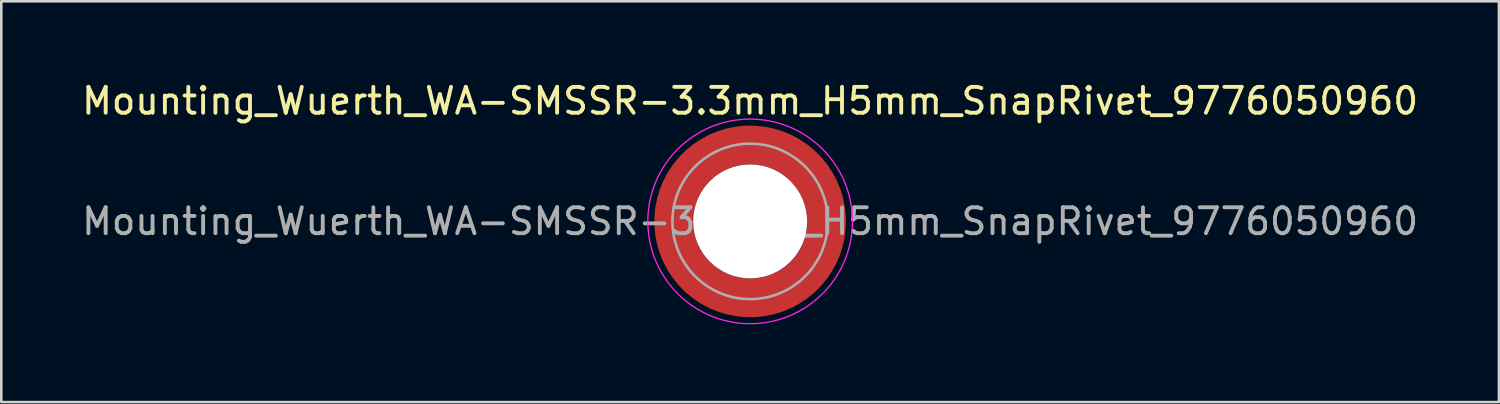
<source format=kicad_pcb>
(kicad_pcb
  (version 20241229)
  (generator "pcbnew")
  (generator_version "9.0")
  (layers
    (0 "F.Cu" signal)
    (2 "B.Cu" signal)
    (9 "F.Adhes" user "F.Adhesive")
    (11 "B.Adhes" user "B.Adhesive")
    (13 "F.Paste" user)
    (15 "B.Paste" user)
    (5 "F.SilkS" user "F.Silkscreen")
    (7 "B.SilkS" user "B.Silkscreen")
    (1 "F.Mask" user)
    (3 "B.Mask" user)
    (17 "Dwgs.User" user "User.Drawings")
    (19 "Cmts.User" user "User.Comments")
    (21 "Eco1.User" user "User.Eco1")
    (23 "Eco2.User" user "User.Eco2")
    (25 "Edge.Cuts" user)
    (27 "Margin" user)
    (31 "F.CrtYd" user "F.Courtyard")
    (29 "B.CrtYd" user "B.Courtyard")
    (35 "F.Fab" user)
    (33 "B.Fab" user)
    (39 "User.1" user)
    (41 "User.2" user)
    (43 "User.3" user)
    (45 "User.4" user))
  (footprint "Mounting_Wuerth_WA-SMSSR-3.3mm_H5mm_SnapRivet_9776050960"
    (layer "F.Cu")
    (at 25.911 5.498)
    (property "Reference" "Mounting_Wuerth_WA-SMSSR-3.3mm_H5mm_SnapRivet_9776050960" (at 0 -4.65 0) (layer "F.SilkS") (effects (font (size 1 1) (thickness 0.15))))
    (attr smd allow_soldermask_bridges)
    (fp_circle (center 0 0) (end 3.95 0) (stroke (width 0.05) (type solid)) (fill no) (layer "F.CrtYd"))
    (fp_circle (center 0 0) (end 3 0) (stroke (width 0.1) (type solid)) (fill no) (layer "F.Fab"))
    (fp_text user "${REFERENCE}" (at 0 0 0) (layer "F.Fab") (effects (font (size 1 1) (thickness 0.15))))
    (pad "" smd custom (at -2.077 -2.077) (size 0.698 0.698) (layers "F.Paste") (options (anchor circle)) (primitives (gr_arc (start -0.208831 1.577126) (mid 0.422496 0.422496) (end 1.577126 -0.208831) (width 0.2)) (gr_arc (start -0.310669 1.577126) (mid 0.35208 0.35208) (end 1.577126 -0.310669) (width 0.2)) (gr_arc (start -0.412325 1.577126) (mid 0.281664 0.281664) (end 1.577126 -0.412325) (width 0.2)) (gr_arc (start -0.51382 1.577126) (mid 0.211248 0.211248) (end 1.577126 -0.51382) (width 0.2)) (gr_arc (start -0.615172 1.577126) (mid 0.140832 0.140832) (end 1.577126 -0.615172) (width 0.2)) (gr_arc (start -0.716397 1.577126) (mid 0.070416 0.070416) (end 1.577126 -0.716397) (width 0.2)) (gr_arc (start -0.817508 1.577126) (mid 0 0) (end 1.577126 -0.817508) (width 0.2)) (gr_arc (start -0.918517 1.577126) (mid -0.070416 -0.070416) (end 1.577126 -0.918517) (width 0.2)) (gr_arc (start -1.019433 1.577126) (mid -0.140832 -0.140832) (end 1.577126 -1.019433) (width 0.2)) (gr_arc (start -1.120266 1.577126) (mid -0.211248 -0.211248) (end 1.577126 -1.120266) (width 0.2)) (gr_arc (start -1.221022 1.577126) (mid -0.281664 -0.281664) (end 1.577126 -1.221022) (width 0.2)) (gr_arc (start -1.32171 1.577126) (mid -0.35208 -0.35208) (end 1.577126 -1.32171) (width 0.2)) (gr_arc (start -1.422335 1.577126) (mid -0.422496 -0.422496) (end 1.577126 -1.422335) (width 0.2)) (gr_line (start 1.577 -0.209) (end 1.577 -1.422) (width 0.2)) (gr_line (start -0.209 1.577) (end -1.422 1.577) (width 0.2))))
    (pad "" smd custom (at -2.077 2.077) (size 0.698 0.698) (layers "F.Paste") (options (anchor circle)) (primitives (gr_arc (start 1.577126 0.208831) (mid 0.422496 -0.422496) (end -0.208831 -1.577126) (width 0.2)) (gr_arc (start 1.577126 0.310669) (mid 0.35208 -0.35208) (end -0.310669 -1.577126) (width 0.2)) (gr_arc (start 1.577126 0.412325) (mid 0.281664 -0.281664) (end -0.412325 -1.577126) (width 0.2)) (gr_arc (start 1.577126 0.51382) (mid 0.211248 -0.211248) (end -0.51382 -1.577126) (width 0.2)) (gr_arc (start 1.577126 0.615172) (mid 0.140832 -0.140832) (end -0.615172 -1.577126) (width 0.2)) (gr_arc (start 1.577126 0.716397) (mid 0.070416 -0.070416) (end -0.716397 -1.577126) (width 0.2)) (gr_arc (start 1.577126 0.817508) (mid 0 0) (end -0.817508 -1.577126) (width 0.2)) (gr_arc (start 1.577126 0.918517) (mid -0.070416 0.070416) (end -0.918517 -1.577126) (width 0.2)) (gr_arc (start 1.577126 1.019433) (mid -0.140832 0.140832) (end -1.019433 -1.577126) (width 0.2)) (gr_arc (start 1.577126 1.120266) (mid -0.211248 0.211248) (end -1.120266 -1.577126) (width 0.2)) (gr_arc (start 1.577126 1.221022) (mid -0.281664 0.281664) (end -1.221022 -1.577126) (width 0.2)) (gr_arc (start 1.577126 1.32171) (mid -0.35208 0.35208) (end -1.32171 -1.577126) (width 0.2)) (gr_arc (start 1.577126 1.422335) (mid -0.422496 0.422496) (end -1.422335 -1.577126) (width 0.2)) (gr_line (start -0.209 -1.577) (end -1.422 -1.577) (width 0.2)) (gr_line (start 1.577 0.209) (end 1.577 1.422) (width 0.2))))
    (pad "" np_thru_hole circle (at 0 0) (size 4.4 4.4) (drill 4.4) (layers "*.Cu" "*.Mask"))
    (pad "" smd custom (at 2.077 -2.077) (size 0.698 0.698) (layers "F.Paste") (options (anchor circle)) (primitives (gr_arc (start -1.577126 -0.208831) (mid -0.422496 0.422496) (end 0.208831 1.577126) (width 0.2)) (gr_arc (start -1.577126 -0.310669) (mid -0.35208 0.35208) (end 0.310669 1.577126) (width 0.2)) (gr_arc (start -1.577126 -0.412325) (mid -0.281664 0.281664) (end 0.412325 1.577126) (width 0.2)) (gr_arc (start -1.577126 -0.51382) (mid -0.211248 0.211248) (end 0.51382 1.577126) (width 0.2)) (gr_arc (start -1.577126 -0.615172) (mid -0.140832 0.140832) (end 0.615172 1.577126) (width 0.2)) (gr_arc (start -1.577126 -0.716397) (mid -0.070416 0.070416) (end 0.716397 1.577126) (width 0.2)) (gr_arc (start -1.577126 -0.817508) (mid 0 0) (end 0.817508 1.577126) (width 0.2)) (gr_arc (start -1.577126 -0.918517) (mid 0.070416 -0.070416) (end 0.918517 1.577126) (width 0.2)) (gr_arc (start -1.577126 -1.019433) (mid 0.140832 -0.140832) (end 1.019433 1.577126) (width 0.2)) (gr_arc (start -1.577126 -1.120266) (mid 0.211248 -0.211248) (end 1.120266 1.577126) (width 0.2)) (gr_arc (start -1.577126 -1.221022) (mid 0.281664 -0.281664) (end 1.221022 1.577126) (width 0.2)) (gr_arc (start -1.577126 -1.32171) (mid 0.35208 -0.35208) (end 1.32171 1.577126) (width 0.2)) (gr_arc (start -1.577126 -1.422335) (mid 0.422496 -0.422496) (end 1.422335 1.577126) (width 0.2)) (gr_line (start 0.209 1.577) (end 1.422 1.577) (width 0.2)) (gr_line (start -1.577 -0.209) (end -1.577 -1.422) (width 0.2))))
    (pad "" smd custom (at 2.077 2.077) (size 0.698 0.698) (layers "F.Paste") (options (anchor circle)) (primitives (gr_arc (start 0.208831 -1.577126) (mid -0.422496 -0.422496) (end -1.577126 0.208831) (width 0.2)) (gr_arc (start 0.310669 -1.577126) (mid -0.35208 -0.35208) (end -1.577126 0.310669) (width 0.2)) (gr_arc (start 0.412325 -1.577126) (mid -0.281664 -0.281664) (end -1.577126 0.412325) (width 0.2)) (gr_arc (start 0.51382 -1.577126) (mid -0.211248 -0.211248) (end -1.577126 0.51382) (width 0.2)) (gr_arc (start 0.615172 -1.577126) (mid -0.140832 -0.140832) (end -1.577126 0.615172) (width 0.2)) (gr_arc (start 0.716397 -1.577126) (mid -0.070416 -0.070416) (end -1.577126 0.716397) (width 0.2)) (gr_arc (start 0.817508 -1.577126) (mid 0 0) (end -1.577126 0.817508) (width 0.2)) (gr_arc (start 0.918517 -1.577126) (mid 0.070416 0.070416) (end -1.577126 0.918517) (width 0.2)) (gr_arc (start 1.019433 -1.577126) (mid 0.140832 0.140832) (end -1.577126 1.019433) (width 0.2)) (gr_arc (start 1.120266 -1.577126) (mid 0.211248 0.211248) (end -1.577126 1.120266) (width 0.2)) (gr_arc (start 1.221022 -1.577126) (mid 0.281664 0.281664) (end -1.577126 1.221022) (width 0.2)) (gr_arc (start 1.32171 -1.577126) (mid 0.35208 0.35208) (end -1.577126 1.32171) (width 0.2)) (gr_arc (start 1.422335 -1.577126) (mid 0.422496 0.422496) (end -1.577126 1.422335) (width 0.2)) (gr_line (start -1.577 0.209) (end -1.577 1.422) (width 0.2)) (gr_line (start 0.209 -1.577) (end 1.422 -1.577) (width 0.2))))
    (pad "1" smd circle (at -2.95 0) (size 0.992 0.992) (layers "F.Cu"))
    (pad "1" smd circle (at 0 -2.95) (size 0.992 0.992) (layers "F.Cu"))
    (pad "1" smd circle (at 0 2.95) (size 0.992 0.992) (layers "F.Cu"))
    (pad "1" smd custom (at 2.95 0) (size 1.5 1.5) (layers "F.Cu" "F.Mask") (options (anchor circle)) (primitives (gr_circle (center -2.95 0) (end 0 0) (width 1.5) (fill no)))))
  (gr_rect
    (start -3 -3)
    (end 54.821 12.473)
    (stroke (width 0.1) (type default))
    (fill no)
    (layer "Edge.Cuts")))
</source>
